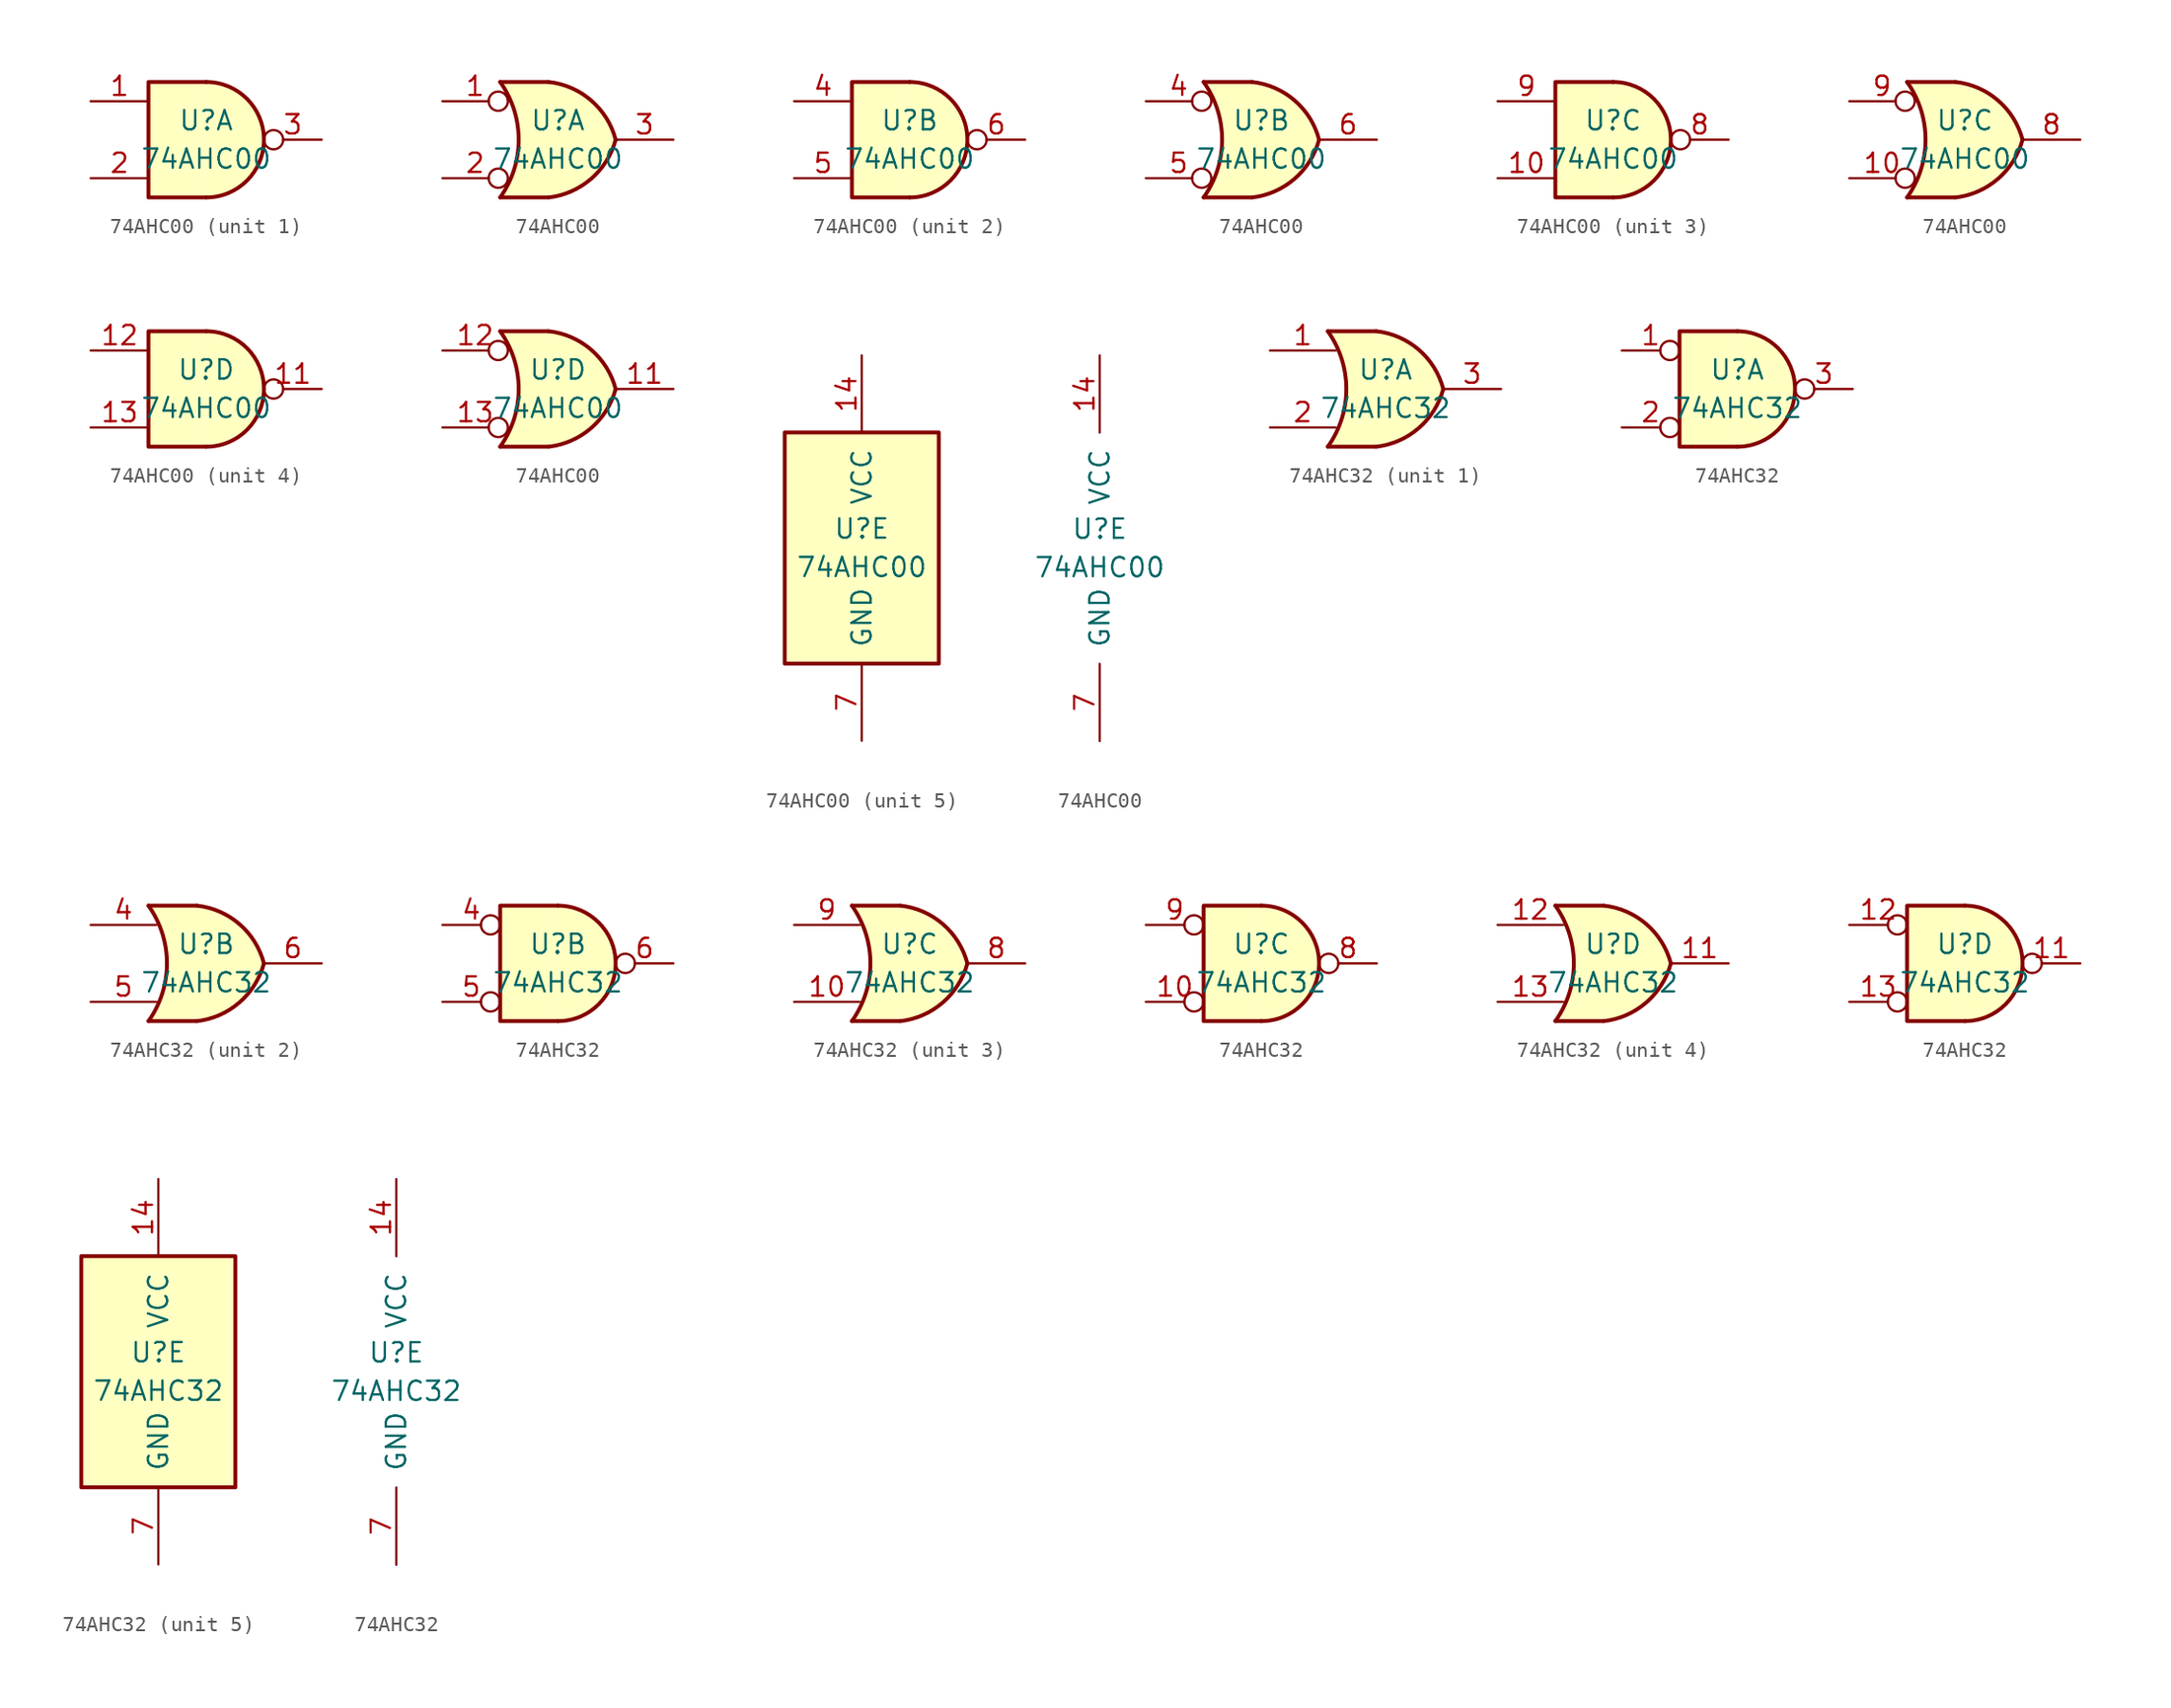
<source format=kicad_sym>
(kicad_symbol_lib
  (version 20220914)
  (generator kicad_symbol_editor)
  (symbol "74AHC00"
    (pin_names
      (offset 1.016))
    (property "Reference" "U"
      (at 0 1.27 0)
      (effects (font (size 1.27 1.27))))
    (property "Value" "74AHC00"
      (at 0 -1.27 0)
      (effects (font (size 1.27 1.27))))
    (property "ki_locked" ""
      (at 0 0 0)
      (effects (font (size 1.27 1.27))))
    (symbol "74AHC00_1_1"
      (arc (start 0 -3.81) (mid 3.7934 0) (end 0 3.81) (stroke (width 0.254) (type default)) (fill (type background)))
      (polyline (pts (xy 0 3.81) (xy -3.81 3.81) (xy -3.81 -3.81) (xy 0 -3.81)) (stroke (width 0.254) (type default)) (fill (type background)))
      (pin input line (at -7.62 2.54 0) (length 3.81) (name "~" (effects (font (size 1.27 1.27)))) (number "1" (effects (font (size 1.27 1.27)))))
      (pin input line (at -7.62 -2.54 0) (length 3.81) (name "~" (effects (font (size 1.27 1.27)))) (number "2" (effects (font (size 1.27 1.27)))))
      (pin output inverted (at 7.62 0 180) (length 3.81) (name "~" (effects (font (size 1.27 1.27)))) (number "3" (effects (font (size 1.27 1.27))))))
    (symbol "74AHC00_1_2"
      (arc (start -3.81 -3.81) (mid -2.589 0) (end -3.81 3.81) (stroke (width 0.254) (type default)) (fill (type none)))
      (arc (start -0.6096 -3.81) (mid 2.1842 -2.5851) (end 3.81 0) (stroke (width 0.254) (type default)) (fill (type background)))
      (polyline (pts (xy -3.81 -3.81) (xy -0.635 -3.81)) (stroke (width 0.254) (type default)) (fill (type background)))
      (polyline (pts (xy -3.81 3.81) (xy -0.635 3.81)) (stroke (width 0.254) (type default)) (fill (type background)))
      (polyline (pts (xy -0.635 3.81) (xy -3.81 3.81) (xy -3.81 3.81) (xy -3.556 3.404) (xy -3.023 2.261) (xy -2.692 1.041) (xy -2.616 -0.254) (xy -2.769 -1.499) (xy -3.175 -2.718) (xy -3.81 -3.81) (xy -3.81 -3.81) (xy -0.635 -3.81)) (stroke (width -25.4) (type default)) (fill (type background)))
      (arc (start 3.81 0) (mid 2.1915 2.5936) (end -0.6096 3.81) (stroke (width 0.254) (type default)) (fill (type background)))
      (pin input inverted (at -7.62 2.54 0) (length 4.318) (name "~" (effects (font (size 1.27 1.27)))) (number "1" (effects (font (size 1.27 1.27)))))
      (pin input inverted (at -7.62 -2.54 0) (length 4.318) (name "~" (effects (font (size 1.27 1.27)))) (number "2" (effects (font (size 1.27 1.27)))))
      (pin output line (at 7.62 0 180) (length 3.81) (name "~" (effects (font (size 1.27 1.27)))) (number "3" (effects (font (size 1.27 1.27))))))
    (symbol "74AHC00_2_1"
      (arc (start 0 -3.81) (mid 3.7934 0) (end 0 3.81) (stroke (width 0.254) (type default)) (fill (type background)))
      (polyline (pts (xy 0 3.81) (xy -3.81 3.81) (xy -3.81 -3.81) (xy 0 -3.81)) (stroke (width 0.254) (type default)) (fill (type background)))
      (pin input line (at -7.62 2.54 0) (length 3.81) (name "~" (effects (font (size 1.27 1.27)))) (number "4" (effects (font (size 1.27 1.27)))))
      (pin input line (at -7.62 -2.54 0) (length 3.81) (name "~" (effects (font (size 1.27 1.27)))) (number "5" (effects (font (size 1.27 1.27)))))
      (pin output inverted (at 7.62 0 180) (length 3.81) (name "~" (effects (font (size 1.27 1.27)))) (number "6" (effects (font (size 1.27 1.27))))))
    (symbol "74AHC00_2_2"
      (arc (start -3.81 -3.81) (mid -2.589 0) (end -3.81 3.81) (stroke (width 0.254) (type default)) (fill (type none)))
      (arc (start -0.6096 -3.81) (mid 2.1842 -2.5851) (end 3.81 0) (stroke (width 0.254) (type default)) (fill (type background)))
      (polyline (pts (xy -3.81 -3.81) (xy -0.635 -3.81)) (stroke (width 0.254) (type default)) (fill (type background)))
      (polyline (pts (xy -3.81 3.81) (xy -0.635 3.81)) (stroke (width 0.254) (type default)) (fill (type background)))
      (polyline (pts (xy -0.635 3.81) (xy -3.81 3.81) (xy -3.81 3.81) (xy -3.556 3.404) (xy -3.023 2.261) (xy -2.692 1.041) (xy -2.616 -0.254) (xy -2.769 -1.499) (xy -3.175 -2.718) (xy -3.81 -3.81) (xy -3.81 -3.81) (xy -0.635 -3.81)) (stroke (width -25.4) (type default)) (fill (type background)))
      (arc (start 3.81 0) (mid 2.1915 2.5936) (end -0.6096 3.81) (stroke (width 0.254) (type default)) (fill (type background)))
      (pin input inverted (at -7.62 2.54 0) (length 4.318) (name "~" (effects (font (size 1.27 1.27)))) (number "4" (effects (font (size 1.27 1.27)))))
      (pin input inverted (at -7.62 -2.54 0) (length 4.318) (name "~" (effects (font (size 1.27 1.27)))) (number "5" (effects (font (size 1.27 1.27)))))
      (pin output line (at 7.62 0 180) (length 3.81) (name "~" (effects (font (size 1.27 1.27)))) (number "6" (effects (font (size 1.27 1.27))))))
    (symbol "74AHC00_3_1"
      (arc (start 0 -3.81) (mid 3.7934 0) (end 0 3.81) (stroke (width 0.254) (type default)) (fill (type background)))
      (polyline (pts (xy 0 3.81) (xy -3.81 3.81) (xy -3.81 -3.81) (xy 0 -3.81)) (stroke (width 0.254) (type default)) (fill (type background)))
      (pin input line (at -7.62 -2.54 0) (length 3.81) (name "~" (effects (font (size 1.27 1.27)))) (number "10" (effects (font (size 1.27 1.27)))))
      (pin output inverted (at 7.62 0 180) (length 3.81) (name "~" (effects (font (size 1.27 1.27)))) (number "8" (effects (font (size 1.27 1.27)))))
      (pin input line (at -7.62 2.54 0) (length 3.81) (name "~" (effects (font (size 1.27 1.27)))) (number "9" (effects (font (size 1.27 1.27))))))
    (symbol "74AHC00_3_2"
      (arc (start -3.81 -3.81) (mid -2.589 0) (end -3.81 3.81) (stroke (width 0.254) (type default)) (fill (type none)))
      (arc (start -0.6096 -3.81) (mid 2.1842 -2.5851) (end 3.81 0) (stroke (width 0.254) (type default)) (fill (type background)))
      (polyline (pts (xy -3.81 -3.81) (xy -0.635 -3.81)) (stroke (width 0.254) (type default)) (fill (type background)))
      (polyline (pts (xy -3.81 3.81) (xy -0.635 3.81)) (stroke (width 0.254) (type default)) (fill (type background)))
      (polyline (pts (xy -0.635 3.81) (xy -3.81 3.81) (xy -3.81 3.81) (xy -3.556 3.404) (xy -3.023 2.261) (xy -2.692 1.041) (xy -2.616 -0.254) (xy -2.769 -1.499) (xy -3.175 -2.718) (xy -3.81 -3.81) (xy -3.81 -3.81) (xy -0.635 -3.81)) (stroke (width -25.4) (type default)) (fill (type background)))
      (arc (start 3.81 0) (mid 2.1915 2.5936) (end -0.6096 3.81) (stroke (width 0.254) (type default)) (fill (type background)))
      (pin input inverted (at -7.62 -2.54 0) (length 4.318) (name "~" (effects (font (size 1.27 1.27)))) (number "10" (effects (font (size 1.27 1.27)))))
      (pin output line (at 7.62 0 180) (length 3.81) (name "~" (effects (font (size 1.27 1.27)))) (number "8" (effects (font (size 1.27 1.27)))))
      (pin input inverted (at -7.62 2.54 0) (length 4.318) (name "~" (effects (font (size 1.27 1.27)))) (number "9" (effects (font (size 1.27 1.27))))))
    (symbol "74AHC00_4_1"
      (arc (start 0 -3.81) (mid 3.7934 0) (end 0 3.81) (stroke (width 0.254) (type default)) (fill (type background)))
      (polyline (pts (xy 0 3.81) (xy -3.81 3.81) (xy -3.81 -3.81) (xy 0 -3.81)) (stroke (width 0.254) (type default)) (fill (type background)))
      (pin output inverted (at 7.62 0 180) (length 3.81) (name "~" (effects (font (size 1.27 1.27)))) (number "11" (effects (font (size 1.27 1.27)))))
      (pin input line (at -7.62 2.54 0) (length 3.81) (name "~" (effects (font (size 1.27 1.27)))) (number "12" (effects (font (size 1.27 1.27)))))
      (pin input line (at -7.62 -2.54 0) (length 3.81) (name "~" (effects (font (size 1.27 1.27)))) (number "13" (effects (font (size 1.27 1.27))))))
    (symbol "74AHC00_4_2"
      (arc (start -3.81 -3.81) (mid -2.589 0) (end -3.81 3.81) (stroke (width 0.254) (type default)) (fill (type none)))
      (arc (start -0.6096 -3.81) (mid 2.1842 -2.5851) (end 3.81 0) (stroke (width 0.254) (type default)) (fill (type background)))
      (polyline (pts (xy -3.81 -3.81) (xy -0.635 -3.81)) (stroke (width 0.254) (type default)) (fill (type background)))
      (polyline (pts (xy -3.81 3.81) (xy -0.635 3.81)) (stroke (width 0.254) (type default)) (fill (type background)))
      (polyline (pts (xy -0.635 3.81) (xy -3.81 3.81) (xy -3.81 3.81) (xy -3.556 3.404) (xy -3.023 2.261) (xy -2.692 1.041) (xy -2.616 -0.254) (xy -2.769 -1.499) (xy -3.175 -2.718) (xy -3.81 -3.81) (xy -3.81 -3.81) (xy -0.635 -3.81)) (stroke (width -25.4) (type default)) (fill (type background)))
      (arc (start 3.81 0) (mid 2.1915 2.5936) (end -0.6096 3.81) (stroke (width 0.254) (type default)) (fill (type background)))
      (pin output line (at 7.62 0 180) (length 3.81) (name "~" (effects (font (size 1.27 1.27)))) (number "11" (effects (font (size 1.27 1.27)))))
      (pin input inverted (at -7.62 2.54 0) (length 4.318) (name "~" (effects (font (size 1.27 1.27)))) (number "12" (effects (font (size 1.27 1.27)))))
      (pin input inverted (at -7.62 -2.54 0) (length 4.318) (name "~" (effects (font (size 1.27 1.27)))) (number "13" (effects (font (size 1.27 1.27))))))
    (symbol "74AHC00_5_0"
      (pin power_in line (at 0 12.7 270) (length 5.08) (name "VCC" (effects (font (size 1.27 1.27)))) (number "14" (effects (font (size 1.27 1.27)))))
      (pin power_in line (at 0 -12.7 90) (length 5.08) (name "GND" (effects (font (size 1.27 1.27)))) (number "7" (effects (font (size 1.27 1.27))))))
    (symbol "74AHC00_5_1"
      (rectangle (start -5.08 7.62) (end 5.08 -7.62) (stroke (width 0.254) (type default)) (fill (type background)))))
  (symbol "74AHC32"
    (pin_names
      (offset 1.016))
    (property "Reference" "U"
      (at 0 1.27 0)
      (effects (font (size 1.27 1.27))))
    (property "Value" "74AHC32"
      (at 0 -1.27 0)
      (effects (font (size 1.27 1.27))))
    (property "ki_locked" ""
      (at 0 0 0)
      (effects (font (size 1.27 1.27))))
    (symbol "74AHC32_1_1"
      (arc (start -3.81 -3.81) (mid -2.589 0) (end -3.81 3.81) (stroke (width 0.254) (type default)) (fill (type none)))
      (arc (start -0.6096 -3.81) (mid 2.1842 -2.5851) (end 3.81 0) (stroke (width 0.254) (type default)) (fill (type background)))
      (polyline (pts (xy -3.81 -3.81) (xy -0.635 -3.81)) (stroke (width 0.254) (type default)) (fill (type background)))
      (polyline (pts (xy -3.81 3.81) (xy -0.635 3.81)) (stroke (width 0.254) (type default)) (fill (type background)))
      (polyline (pts (xy -0.635 3.81) (xy -3.81 3.81) (xy -3.81 3.81) (xy -3.556 3.404) (xy -3.023 2.261) (xy -2.692 1.041) (xy -2.616 -0.254) (xy -2.769 -1.499) (xy -3.175 -2.718) (xy -3.81 -3.81) (xy -3.81 -3.81) (xy -0.635 -3.81)) (stroke (width -25.4) (type default)) (fill (type background)))
      (arc (start 3.81 0) (mid 2.1915 2.5936) (end -0.6096 3.81) (stroke (width 0.254) (type default)) (fill (type background)))
      (pin input line (at -7.62 2.54 0) (length 4.318) (name "~" (effects (font (size 1.27 1.27)))) (number "1" (effects (font (size 1.27 1.27)))))
      (pin input line (at -7.62 -2.54 0) (length 4.318) (name "~" (effects (font (size 1.27 1.27)))) (number "2" (effects (font (size 1.27 1.27)))))
      (pin output line (at 7.62 0 180) (length 3.81) (name "~" (effects (font (size 1.27 1.27)))) (number "3" (effects (font (size 1.27 1.27))))))
    (symbol "74AHC32_1_2"
      (arc (start 0 -3.81) (mid 3.7934 0) (end 0 3.81) (stroke (width 0.254) (type default)) (fill (type background)))
      (polyline (pts (xy 0 3.81) (xy -3.81 3.81) (xy -3.81 -3.81) (xy 0 -3.81)) (stroke (width 0.254) (type default)) (fill (type background)))
      (pin input inverted (at -7.62 2.54 0) (length 3.81) (name "~" (effects (font (size 1.27 1.27)))) (number "1" (effects (font (size 1.27 1.27)))))
      (pin input inverted (at -7.62 -2.54 0) (length 3.81) (name "~" (effects (font (size 1.27 1.27)))) (number "2" (effects (font (size 1.27 1.27)))))
      (pin output inverted (at 7.62 0 180) (length 3.81) (name "~" (effects (font (size 1.27 1.27)))) (number "3" (effects (font (size 1.27 1.27))))))
    (symbol "74AHC32_2_1"
      (arc (start -3.81 -3.81) (mid -2.589 0) (end -3.81 3.81) (stroke (width 0.254) (type default)) (fill (type none)))
      (arc (start -0.6096 -3.81) (mid 2.1842 -2.5851) (end 3.81 0) (stroke (width 0.254) (type default)) (fill (type background)))
      (polyline (pts (xy -3.81 -3.81) (xy -0.635 -3.81)) (stroke (width 0.254) (type default)) (fill (type background)))
      (polyline (pts (xy -3.81 3.81) (xy -0.635 3.81)) (stroke (width 0.254) (type default)) (fill (type background)))
      (polyline (pts (xy -0.635 3.81) (xy -3.81 3.81) (xy -3.81 3.81) (xy -3.556 3.404) (xy -3.023 2.261) (xy -2.692 1.041) (xy -2.616 -0.254) (xy -2.769 -1.499) (xy -3.175 -2.718) (xy -3.81 -3.81) (xy -3.81 -3.81) (xy -0.635 -3.81)) (stroke (width -25.4) (type default)) (fill (type background)))
      (arc (start 3.81 0) (mid 2.1915 2.5936) (end -0.6096 3.81) (stroke (width 0.254) (type default)) (fill (type background)))
      (pin input line (at -7.62 2.54 0) (length 4.318) (name "~" (effects (font (size 1.27 1.27)))) (number "4" (effects (font (size 1.27 1.27)))))
      (pin input line (at -7.62 -2.54 0) (length 4.318) (name "~" (effects (font (size 1.27 1.27)))) (number "5" (effects (font (size 1.27 1.27)))))
      (pin output line (at 7.62 0 180) (length 3.81) (name "~" (effects (font (size 1.27 1.27)))) (number "6" (effects (font (size 1.27 1.27))))))
    (symbol "74AHC32_2_2"
      (arc (start 0 -3.81) (mid 3.7934 0) (end 0 3.81) (stroke (width 0.254) (type default)) (fill (type background)))
      (polyline (pts (xy 0 3.81) (xy -3.81 3.81) (xy -3.81 -3.81) (xy 0 -3.81)) (stroke (width 0.254) (type default)) (fill (type background)))
      (pin input inverted (at -7.62 2.54 0) (length 3.81) (name "~" (effects (font (size 1.27 1.27)))) (number "4" (effects (font (size 1.27 1.27)))))
      (pin input inverted (at -7.62 -2.54 0) (length 3.81) (name "~" (effects (font (size 1.27 1.27)))) (number "5" (effects (font (size 1.27 1.27)))))
      (pin output inverted (at 7.62 0 180) (length 3.81) (name "~" (effects (font (size 1.27 1.27)))) (number "6" (effects (font (size 1.27 1.27))))))
    (symbol "74AHC32_3_1"
      (arc (start -3.81 -3.81) (mid -2.589 0) (end -3.81 3.81) (stroke (width 0.254) (type default)) (fill (type none)))
      (arc (start -0.6096 -3.81) (mid 2.1842 -2.5851) (end 3.81 0) (stroke (width 0.254) (type default)) (fill (type background)))
      (polyline (pts (xy -3.81 -3.81) (xy -0.635 -3.81)) (stroke (width 0.254) (type default)) (fill (type background)))
      (polyline (pts (xy -3.81 3.81) (xy -0.635 3.81)) (stroke (width 0.254) (type default)) (fill (type background)))
      (polyline (pts (xy -0.635 3.81) (xy -3.81 3.81) (xy -3.81 3.81) (xy -3.556 3.404) (xy -3.023 2.261) (xy -2.692 1.041) (xy -2.616 -0.254) (xy -2.769 -1.499) (xy -3.175 -2.718) (xy -3.81 -3.81) (xy -3.81 -3.81) (xy -0.635 -3.81)) (stroke (width -25.4) (type default)) (fill (type background)))
      (arc (start 3.81 0) (mid 2.1915 2.5936) (end -0.6096 3.81) (stroke (width 0.254) (type default)) (fill (type background)))
      (pin input line (at -7.62 -2.54 0) (length 4.318) (name "~" (effects (font (size 1.27 1.27)))) (number "10" (effects (font (size 1.27 1.27)))))
      (pin output line (at 7.62 0 180) (length 3.81) (name "~" (effects (font (size 1.27 1.27)))) (number "8" (effects (font (size 1.27 1.27)))))
      (pin input line (at -7.62 2.54 0) (length 4.318) (name "~" (effects (font (size 1.27 1.27)))) (number "9" (effects (font (size 1.27 1.27))))))
    (symbol "74AHC32_3_2"
      (arc (start 0 -3.81) (mid 3.7934 0) (end 0 3.81) (stroke (width 0.254) (type default)) (fill (type background)))
      (polyline (pts (xy 0 3.81) (xy -3.81 3.81) (xy -3.81 -3.81) (xy 0 -3.81)) (stroke (width 0.254) (type default)) (fill (type background)))
      (pin input inverted (at -7.62 -2.54 0) (length 3.81) (name "~" (effects (font (size 1.27 1.27)))) (number "10" (effects (font (size 1.27 1.27)))))
      (pin output inverted (at 7.62 0 180) (length 3.81) (name "~" (effects (font (size 1.27 1.27)))) (number "8" (effects (font (size 1.27 1.27)))))
      (pin input inverted (at -7.62 2.54 0) (length 3.81) (name "~" (effects (font (size 1.27 1.27)))) (number "9" (effects (font (size 1.27 1.27))))))
    (symbol "74AHC32_4_1"
      (arc (start -3.81 -3.81) (mid -2.589 0) (end -3.81 3.81) (stroke (width 0.254) (type default)) (fill (type none)))
      (arc (start -0.6096 -3.81) (mid 2.1842 -2.5851) (end 3.81 0) (stroke (width 0.254) (type default)) (fill (type background)))
      (polyline (pts (xy -3.81 -3.81) (xy -0.635 -3.81)) (stroke (width 0.254) (type default)) (fill (type background)))
      (polyline (pts (xy -3.81 3.81) (xy -0.635 3.81)) (stroke (width 0.254) (type default)) (fill (type background)))
      (polyline (pts (xy -0.635 3.81) (xy -3.81 3.81) (xy -3.81 3.81) (xy -3.556 3.404) (xy -3.023 2.261) (xy -2.692 1.041) (xy -2.616 -0.254) (xy -2.769 -1.499) (xy -3.175 -2.718) (xy -3.81 -3.81) (xy -3.81 -3.81) (xy -0.635 -3.81)) (stroke (width -25.4) (type default)) (fill (type background)))
      (arc (start 3.81 0) (mid 2.1915 2.5936) (end -0.6096 3.81) (stroke (width 0.254) (type default)) (fill (type background)))
      (pin output line (at 7.62 0 180) (length 3.81) (name "~" (effects (font (size 1.27 1.27)))) (number "11" (effects (font (size 1.27 1.27)))))
      (pin input line (at -7.62 2.54 0) (length 4.318) (name "~" (effects (font (size 1.27 1.27)))) (number "12" (effects (font (size 1.27 1.27)))))
      (pin input line (at -7.62 -2.54 0) (length 4.318) (name "~" (effects (font (size 1.27 1.27)))) (number "13" (effects (font (size 1.27 1.27))))))
    (symbol "74AHC32_4_2"
      (arc (start 0 -3.81) (mid 3.7934 0) (end 0 3.81) (stroke (width 0.254) (type default)) (fill (type background)))
      (polyline (pts (xy 0 3.81) (xy -3.81 3.81) (xy -3.81 -3.81) (xy 0 -3.81)) (stroke (width 0.254) (type default)) (fill (type background)))
      (pin output inverted (at 7.62 0 180) (length 3.81) (name "~" (effects (font (size 1.27 1.27)))) (number "11" (effects (font (size 1.27 1.27)))))
      (pin input inverted (at -7.62 2.54 0) (length 3.81) (name "~" (effects (font (size 1.27 1.27)))) (number "12" (effects (font (size 1.27 1.27)))))
      (pin input inverted (at -7.62 -2.54 0) (length 3.81) (name "~" (effects (font (size 1.27 1.27)))) (number "13" (effects (font (size 1.27 1.27))))))
    (symbol "74AHC32_5_0"
      (pin power_in line (at 0 12.7 270) (length 5.08) (name "VCC" (effects (font (size 1.27 1.27)))) (number "14" (effects (font (size 1.27 1.27)))))
      (pin power_in line (at 0 -12.7 90) (length 5.08) (name "GND" (effects (font (size 1.27 1.27)))) (number "7" (effects (font (size 1.27 1.27))))))
    (symbol "74AHC32_5_1"
      (rectangle (start -5.08 7.62) (end 5.08 -7.62) (stroke (width 0.254) (type default)) (fill (type background))))))
</source>
